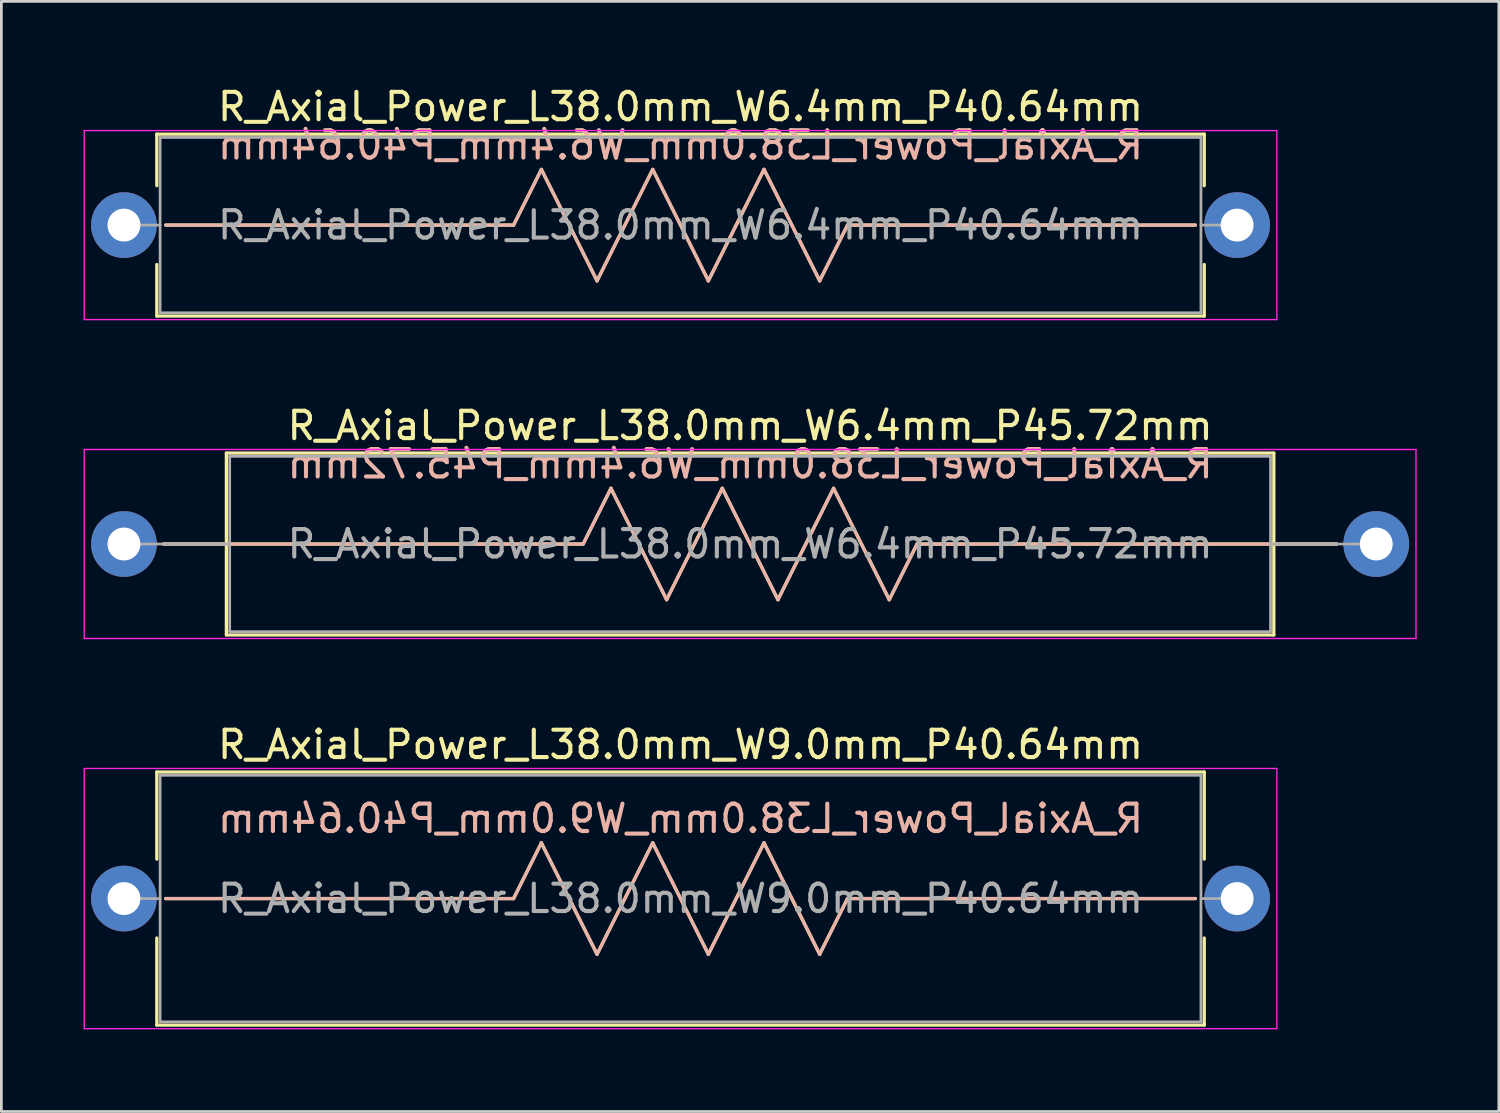
<source format=kicad_pcb>
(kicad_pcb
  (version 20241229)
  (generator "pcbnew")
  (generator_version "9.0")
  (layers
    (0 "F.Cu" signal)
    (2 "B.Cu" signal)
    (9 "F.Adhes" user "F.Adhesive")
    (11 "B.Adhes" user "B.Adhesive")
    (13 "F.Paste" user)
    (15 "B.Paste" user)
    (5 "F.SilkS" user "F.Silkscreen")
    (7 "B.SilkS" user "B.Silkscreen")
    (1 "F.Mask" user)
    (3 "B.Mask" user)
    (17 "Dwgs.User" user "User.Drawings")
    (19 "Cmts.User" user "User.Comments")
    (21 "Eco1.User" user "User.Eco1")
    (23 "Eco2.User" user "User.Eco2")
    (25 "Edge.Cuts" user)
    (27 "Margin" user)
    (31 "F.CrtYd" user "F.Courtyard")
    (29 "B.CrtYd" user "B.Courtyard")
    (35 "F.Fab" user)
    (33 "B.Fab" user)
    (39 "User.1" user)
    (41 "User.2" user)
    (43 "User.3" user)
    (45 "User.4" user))
  (footprint "R_Axial_Power_L38.0mm_W6.4mm_P45.72mm"
    (layer "F.Cu")
    (at 1.475 16.811)
    (property "Reference" "R_Axial_Power_L38.0mm_W6.4mm_P45.72mm" (at 22.86 -4.32 0) (layer "F.SilkS") (effects (font (size 1 1) (thickness 0.15))))
    (attr through_hole)
    (fp_line (start 1.44 0) (end 3.74 0) (stroke (width 0.12) (type solid)) (layer "F.SilkS"))
    (fp_line (start 3.74 -3.32) (end 3.74 3.32) (stroke (width 0.12) (type solid)) (layer "F.SilkS"))
    (fp_line (start 3.74 0) (end 16.764 0) (stroke (width 0.12) (type solid)) (layer "F.SilkS"))
    (fp_line (start 3.74 3.32) (end 41.98 3.32) (stroke (width 0.12) (type solid)) (layer "F.SilkS"))
    (fp_line (start 16.764 0) (end 17.78 -2.032) (stroke (width 0.12) (type solid)) (layer "F.SilkS"))
    (fp_line (start 17.78 -2.032) (end 19.812 2.032) (stroke (width 0.12) (type solid)) (layer "F.SilkS"))
    (fp_line (start 19.812 2.032) (end 21.844 -2.032) (stroke (width 0.12) (type solid)) (layer "F.SilkS"))
    (fp_line (start 21.844 -2.032) (end 23.876 2.032) (stroke (width 0.12) (type solid)) (layer "F.SilkS"))
    (fp_line (start 23.876 2.032) (end 25.908 -2.032) (stroke (width 0.12) (type solid)) (layer "F.SilkS"))
    (fp_line (start 25.908 -2.032) (end 27.94 2.032) (stroke (width 0.12) (type solid)) (layer "F.SilkS"))
    (fp_line (start 27.94 2.032) (end 28.956 0) (stroke (width 0.12) (type solid)) (layer "F.SilkS"))
    (fp_line (start 41.98 -3.32) (end 3.74 -3.32) (stroke (width 0.12) (type solid)) (layer "F.SilkS"))
    (fp_line (start 41.98 0) (end 28.956 0) (stroke (width 0.12) (type solid)) (layer "F.SilkS"))
    (fp_line (start 41.98 3.32) (end 41.98 -3.32) (stroke (width 0.12) (type solid)) (layer "F.SilkS"))
    (fp_line (start 44.28 0) (end 41.98 0) (stroke (width 0.12) (type solid)) (layer "F.SilkS"))
    (fp_line (start 1.46 0) (end 16.764 0) (stroke (width 0.12) (type solid)) (layer "B.SilkS"))
    (fp_line (start 16.764 0) (end 17.78 -2.032) (stroke (width 0.12) (type solid)) (layer "B.SilkS"))
    (fp_line (start 17.78 -2.032) (end 19.812 2.032) (stroke (width 0.12) (type solid)) (layer "B.SilkS"))
    (fp_line (start 19.812 2.032) (end 21.844 -2.032) (stroke (width 0.12) (type solid)) (layer "B.SilkS"))
    (fp_line (start 21.844 -2.032) (end 23.876 2.032) (stroke (width 0.12) (type solid)) (layer "B.SilkS"))
    (fp_line (start 23.876 2.032) (end 25.908 -2.032) (stroke (width 0.12) (type solid)) (layer "B.SilkS"))
    (fp_line (start 25.908 -2.032) (end 27.94 2.032) (stroke (width 0.12) (type solid)) (layer "B.SilkS"))
    (fp_line (start 27.94 2.032) (end 28.956 0) (stroke (width 0.12) (type solid)) (layer "B.SilkS"))
    (fp_line (start 28.956 0) (end 44.26 0) (stroke (width 0.12) (type solid)) (layer "B.SilkS"))
    (fp_line (start -1.45 -3.45) (end -1.45 3.45) (stroke (width 0.05) (type solid)) (layer "F.CrtYd"))
    (fp_line (start -1.45 3.45) (end 47.17 3.45) (stroke (width 0.05) (type solid)) (layer "F.CrtYd"))
    (fp_line (start 47.17 -3.45) (end -1.45 -3.45) (stroke (width 0.05) (type solid)) (layer "F.CrtYd"))
    (fp_line (start 47.17 3.45) (end 47.17 -3.45) (stroke (width 0.05) (type solid)) (layer "F.CrtYd"))
    (fp_line (start 0 0) (end 3.86 0) (stroke (width 0.1) (type solid)) (layer "F.Fab"))
    (fp_line (start 3.86 -3.2) (end 3.86 3.2) (stroke (width 0.1) (type solid)) (layer "F.Fab"))
    (fp_line (start 3.86 3.2) (end 41.86 3.2) (stroke (width 0.1) (type solid)) (layer "F.Fab"))
    (fp_line (start 41.86 -3.2) (end 3.86 -3.2) (stroke (width 0.1) (type solid)) (layer "F.Fab"))
    (fp_line (start 41.86 3.2) (end 41.86 -3.2) (stroke (width 0.1) (type solid)) (layer "F.Fab"))
    (fp_line (start 45.72 0) (end 41.86 0) (stroke (width 0.1) (type solid)) (layer "F.Fab"))
    (fp_text user "${REFERENCE}" (at 22.86 -2.921 0) (unlocked yes) (layer "B.SilkS") (effects (font (size 1 1) (thickness 0.15)) (justify mirror)))
    (fp_text user "${REFERENCE}" (at 22.86 0 0) (layer "F.Fab") (effects (font (size 1 1) (thickness 0.15))))
    (pad "1" thru_hole circle (at 0 0) (size 2.4 2.4) (drill 1.2) (layers "*.Cu" "*.Mask"))
    (pad "2" thru_hole oval (at 45.72 0) (size 2.4 2.4) (drill 1.2) (layers "*.Cu" "*.Mask")))
  (footprint "R_Axial_Power_L38.0mm_W9.0mm_P40.64mm"
    (layer "F.Cu")
    (at 1.475 29.755)
    (property "Reference" "R_Axial_Power_L38.0mm_W9.0mm_P40.64mm" (at 20.32 -5.62 0) (layer "F.SilkS") (effects (font (size 1 1) (thickness 0.15))))
    (attr through_hole)
    (fp_line (start 1.2 -4.62) (end 39.44 -4.62) (stroke (width 0.12) (type solid)) (layer "F.SilkS"))
    (fp_line (start 1.2 -1.44) (end 1.2 -4.62) (stroke (width 0.12) (type solid)) (layer "F.SilkS"))
    (fp_line (start 1.2 1.44) (end 1.2 4.62) (stroke (width 0.12) (type solid)) (layer "F.SilkS"))
    (fp_line (start 1.2 4.62) (end 39.44 4.62) (stroke (width 0.12) (type solid)) (layer "F.SilkS"))
    (fp_line (start 1.524 0) (end 14.224 0) (stroke (width 0.12) (type solid)) (layer "F.SilkS"))
    (fp_line (start 14.224 0) (end 15.24 -2.032) (stroke (width 0.12) (type solid)) (layer "F.SilkS"))
    (fp_line (start 15.24 -2.032) (end 17.272 2.032) (stroke (width 0.12) (type solid)) (layer "F.SilkS"))
    (fp_line (start 17.272 2.032) (end 19.304 -2.032) (stroke (width 0.12) (type solid)) (layer "F.SilkS"))
    (fp_line (start 19.304 -2.032) (end 21.336 2.032) (stroke (width 0.12) (type solid)) (layer "F.SilkS"))
    (fp_line (start 21.336 2.032) (end 23.368 -2.032) (stroke (width 0.12) (type solid)) (layer "F.SilkS"))
    (fp_line (start 23.368 -2.032) (end 25.4 2.032) (stroke (width 0.12) (type solid)) (layer "F.SilkS"))
    (fp_line (start 25.4 2.032) (end 26.416 0) (stroke (width 0.12) (type solid)) (layer "F.SilkS"))
    (fp_line (start 39.116 0) (end 26.416 0) (stroke (width 0.12) (type solid)) (layer "F.SilkS"))
    (fp_line (start 39.44 -4.62) (end 39.44 -1.44) (stroke (width 0.12) (type solid)) (layer "F.SilkS"))
    (fp_line (start 39.44 4.62) (end 39.44 1.44) (stroke (width 0.12) (type solid)) (layer "F.SilkS"))
    (fp_line (start 1.524 0) (end 14.224 0) (stroke (width 0.12) (type solid)) (layer "B.SilkS"))
    (fp_line (start 14.224 0) (end 15.24 -2.032) (stroke (width 0.12) (type solid)) (layer "B.SilkS"))
    (fp_line (start 15.24 -2.032) (end 17.272 2.032) (stroke (width 0.12) (type solid)) (layer "B.SilkS"))
    (fp_line (start 17.272 2.032) (end 19.304 -2.032) (stroke (width 0.12) (type solid)) (layer "B.SilkS"))
    (fp_line (start 19.304 -2.032) (end 21.336 2.032) (stroke (width 0.12) (type solid)) (layer "B.SilkS"))
    (fp_line (start 21.336 2.032) (end 23.368 -2.032) (stroke (width 0.12) (type solid)) (layer "B.SilkS"))
    (fp_line (start 23.368 -2.032) (end 25.4 2.032) (stroke (width 0.12) (type solid)) (layer "B.SilkS"))
    (fp_line (start 25.4 2.032) (end 26.416 0) (stroke (width 0.12) (type solid)) (layer "B.SilkS"))
    (fp_line (start 26.416 0) (end 39.116 0) (stroke (width 0.12) (type solid)) (layer "B.SilkS"))
    (fp_line (start -1.45 -4.75) (end -1.45 4.75) (stroke (width 0.05) (type solid)) (layer "F.CrtYd"))
    (fp_line (start -1.45 4.75) (end 42.09 4.75) (stroke (width 0.05) (type solid)) (layer "F.CrtYd"))
    (fp_line (start 42.09 -4.75) (end -1.45 -4.75) (stroke (width 0.05) (type solid)) (layer "F.CrtYd"))
    (fp_line (start 42.09 4.75) (end 42.09 -4.75) (stroke (width 0.05) (type solid)) (layer "F.CrtYd"))
    (fp_line (start 0 0) (end 1.32 0) (stroke (width 0.1) (type solid)) (layer "F.Fab"))
    (fp_line (start 1.32 -4.5) (end 1.32 4.5) (stroke (width 0.1) (type solid)) (layer "F.Fab"))
    (fp_line (start 1.32 4.5) (end 39.32 4.5) (stroke (width 0.1) (type solid)) (layer "F.Fab"))
    (fp_line (start 39.32 -4.5) (end 1.32 -4.5) (stroke (width 0.1) (type solid)) (layer "F.Fab"))
    (fp_line (start 39.32 4.5) (end 39.32 -4.5) (stroke (width 0.1) (type solid)) (layer "F.Fab"))
    (fp_line (start 40.64 0) (end 39.32 0) (stroke (width 0.1) (type solid)) (layer "F.Fab"))
    (fp_text user "${REFERENCE}" (at 20.32 -2.921 0) (unlocked yes) (layer "B.SilkS") (effects (font (size 1 1) (thickness 0.15)) (justify mirror)))
    (fp_text user "${REFERENCE}" (at 20.32 0 0) (layer "F.Fab") (effects (font (size 1 1) (thickness 0.15))))
    (pad "1" thru_hole circle (at 0 0) (size 2.4 2.4) (drill 1.2) (layers "*.Cu" "*.Mask"))
    (pad "2" thru_hole oval (at 40.64 0) (size 2.4 2.4) (drill 1.2) (layers "*.Cu" "*.Mask")))
  (footprint "R_Axial_Power_L38.0mm_W6.4mm_P40.64mm"
    (layer "F.Cu")
    (at 1.475 5.168)
    (property "Reference" "R_Axial_Power_L38.0mm_W6.4mm_P40.64mm" (at 20.32 -4.32 0) (layer "F.SilkS") (effects (font (size 1 1) (thickness 0.15))))
    (attr through_hole)
    (fp_line (start 1.2 -3.32) (end 39.44 -3.32) (stroke (width 0.12) (type solid)) (layer "F.SilkS"))
    (fp_line (start 1.2 -1.44) (end 1.2 -3.32) (stroke (width 0.12) (type solid)) (layer "F.SilkS"))
    (fp_line (start 1.2 1.44) (end 1.2 3.32) (stroke (width 0.12) (type solid)) (layer "F.SilkS"))
    (fp_line (start 1.2 3.32) (end 39.44 3.32) (stroke (width 0.12) (type solid)) (layer "F.SilkS"))
    (fp_line (start 1.524 0) (end 14.224 0) (stroke (width 0.12) (type solid)) (layer "F.SilkS"))
    (fp_line (start 14.224 0) (end 15.24 -2.032) (stroke (width 0.12) (type solid)) (layer "F.SilkS"))
    (fp_line (start 15.24 -2.032) (end 17.272 2.032) (stroke (width 0.12) (type solid)) (layer "F.SilkS"))
    (fp_line (start 17.272 2.032) (end 19.304 -2.032) (stroke (width 0.12) (type solid)) (layer "F.SilkS"))
    (fp_line (start 19.304 -2.032) (end 21.336 2.032) (stroke (width 0.12) (type solid)) (layer "F.SilkS"))
    (fp_line (start 21.336 2.032) (end 23.368 -2.032) (stroke (width 0.12) (type solid)) (layer "F.SilkS"))
    (fp_line (start 23.368 -2.032) (end 25.4 2.032) (stroke (width 0.12) (type solid)) (layer "F.SilkS"))
    (fp_line (start 25.4 2.032) (end 26.416 0) (stroke (width 0.12) (type solid)) (layer "F.SilkS"))
    (fp_line (start 39.116 0) (end 26.416 0) (stroke (width 0.12) (type solid)) (layer "F.SilkS"))
    (fp_line (start 39.44 -3.32) (end 39.44 -1.44) (stroke (width 0.12) (type solid)) (layer "F.SilkS"))
    (fp_line (start 39.44 3.32) (end 39.44 1.44) (stroke (width 0.12) (type solid)) (layer "F.SilkS"))
    (fp_line (start 1.524 0) (end 14.224 0) (stroke (width 0.12) (type solid)) (layer "B.SilkS"))
    (fp_line (start 14.224 0) (end 15.24 -2.032) (stroke (width 0.12) (type solid)) (layer "B.SilkS"))
    (fp_line (start 15.24 -2.032) (end 17.272 2.032) (stroke (width 0.12) (type solid)) (layer "B.SilkS"))
    (fp_line (start 17.272 2.032) (end 19.304 -2.032) (stroke (width 0.12) (type solid)) (layer "B.SilkS"))
    (fp_line (start 19.304 -2.032) (end 21.336 2.032) (stroke (width 0.12) (type solid)) (layer "B.SilkS"))
    (fp_line (start 21.336 2.032) (end 23.368 -2.032) (stroke (width 0.12) (type solid)) (layer "B.SilkS"))
    (fp_line (start 23.368 -2.032) (end 25.4 2.032) (stroke (width 0.12) (type solid)) (layer "B.SilkS"))
    (fp_line (start 25.4 2.032) (end 26.416 0) (stroke (width 0.12) (type solid)) (layer "B.SilkS"))
    (fp_line (start 26.416 0) (end 39.116 0) (stroke (width 0.12) (type solid)) (layer "B.SilkS"))
    (fp_line (start -1.45 -3.45) (end -1.45 3.45) (stroke (width 0.05) (type solid)) (layer "F.CrtYd"))
    (fp_line (start -1.45 3.45) (end 42.09 3.45) (stroke (width 0.05) (type solid)) (layer "F.CrtYd"))
    (fp_line (start 42.09 -3.45) (end -1.45 -3.45) (stroke (width 0.05) (type solid)) (layer "F.CrtYd"))
    (fp_line (start 42.09 3.45) (end 42.09 -3.45) (stroke (width 0.05) (type solid)) (layer "F.CrtYd"))
    (fp_line (start 0 0) (end 1.32 0) (stroke (width 0.1) (type solid)) (layer "F.Fab"))
    (fp_line (start 1.32 -3.2) (end 1.32 3.2) (stroke (width 0.1) (type solid)) (layer "F.Fab"))
    (fp_line (start 1.32 3.2) (end 39.32 3.2) (stroke (width 0.1) (type solid)) (layer "F.Fab"))
    (fp_line (start 39.32 -3.2) (end 1.32 -3.2) (stroke (width 0.1) (type solid)) (layer "F.Fab"))
    (fp_line (start 39.32 3.2) (end 39.32 -3.2) (stroke (width 0.1) (type solid)) (layer "F.Fab"))
    (fp_line (start 40.64 0) (end 39.32 0) (stroke (width 0.1) (type solid)) (layer "F.Fab"))
    (fp_text user "${REFERENCE}" (at 20.32 -2.921 0) (unlocked yes) (layer "B.SilkS") (effects (font (size 1 1) (thickness 0.15)) (justify mirror)))
    (fp_text user "${REFERENCE}" (at 20.32 0 0) (layer "F.Fab") (effects (font (size 1 1) (thickness 0.15))))
    (pad "1" thru_hole circle (at 0 0) (size 2.4 2.4) (drill 1.2) (layers "*.Cu" "*.Mask"))
    (pad "2" thru_hole oval (at 40.64 0) (size 2.4 2.4) (drill 1.2) (layers "*.Cu" "*.Mask")))
  (gr_rect
    (start -3 -3)
    (end 51.67 37.53)
    (stroke (width 0.1) (type default))
    (fill no)
    (layer "Edge.Cuts")))
</source>
